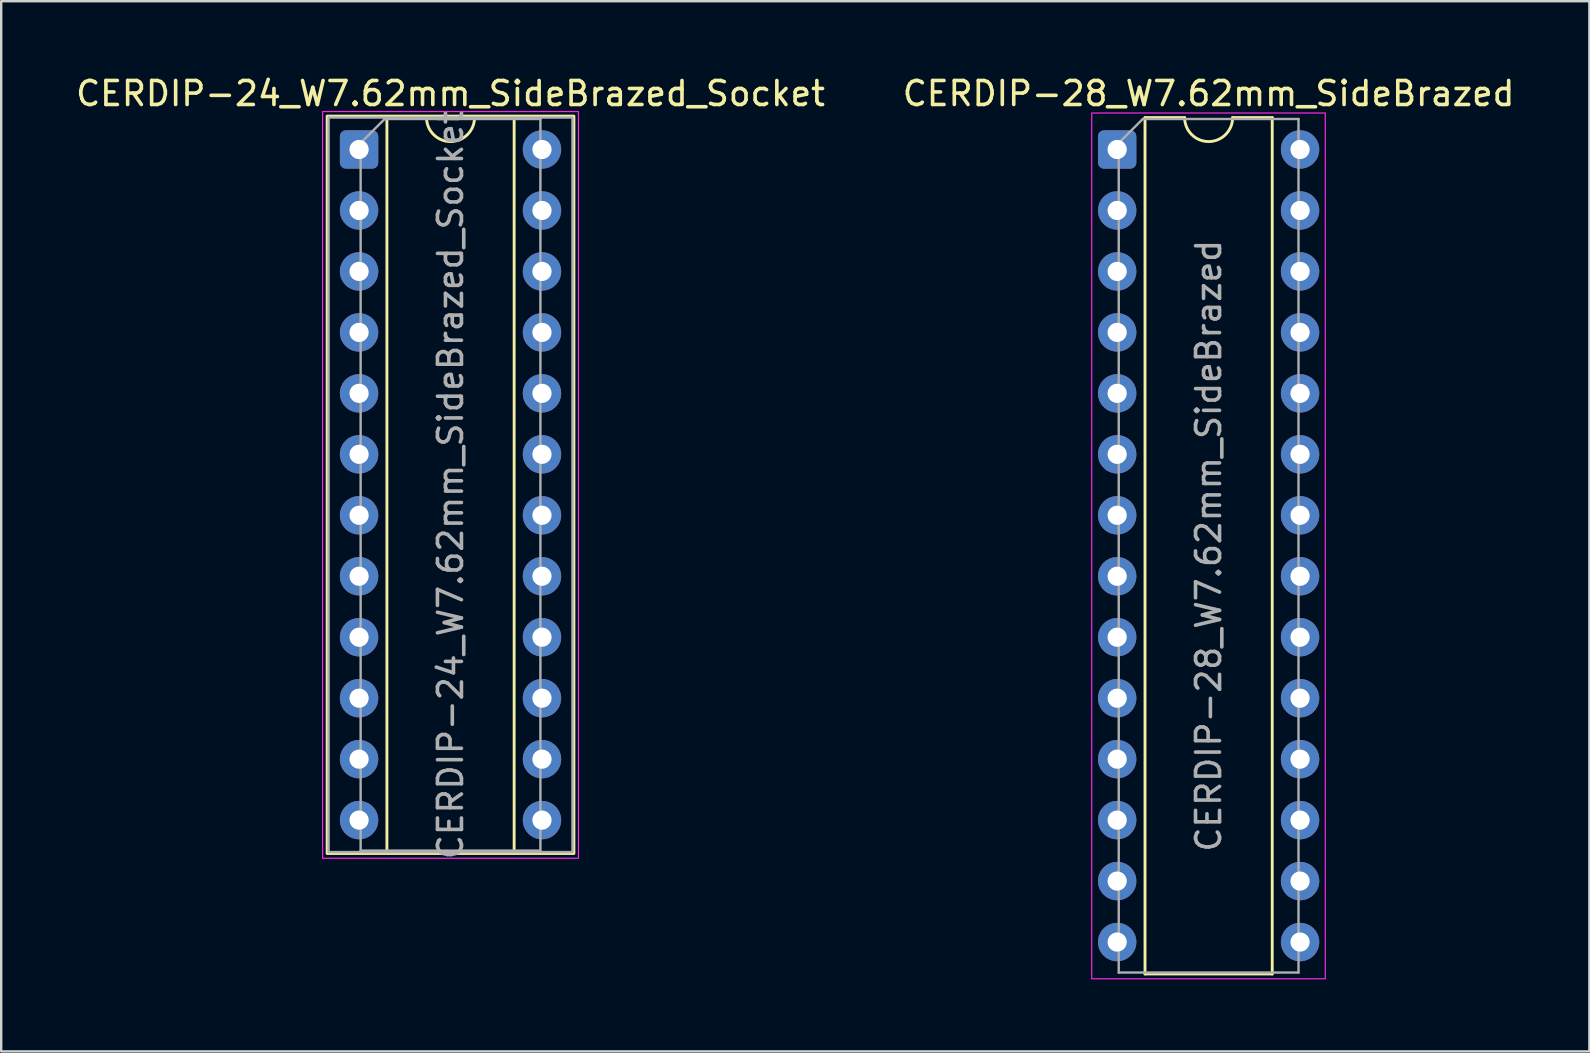
<source format=kicad_pcb>
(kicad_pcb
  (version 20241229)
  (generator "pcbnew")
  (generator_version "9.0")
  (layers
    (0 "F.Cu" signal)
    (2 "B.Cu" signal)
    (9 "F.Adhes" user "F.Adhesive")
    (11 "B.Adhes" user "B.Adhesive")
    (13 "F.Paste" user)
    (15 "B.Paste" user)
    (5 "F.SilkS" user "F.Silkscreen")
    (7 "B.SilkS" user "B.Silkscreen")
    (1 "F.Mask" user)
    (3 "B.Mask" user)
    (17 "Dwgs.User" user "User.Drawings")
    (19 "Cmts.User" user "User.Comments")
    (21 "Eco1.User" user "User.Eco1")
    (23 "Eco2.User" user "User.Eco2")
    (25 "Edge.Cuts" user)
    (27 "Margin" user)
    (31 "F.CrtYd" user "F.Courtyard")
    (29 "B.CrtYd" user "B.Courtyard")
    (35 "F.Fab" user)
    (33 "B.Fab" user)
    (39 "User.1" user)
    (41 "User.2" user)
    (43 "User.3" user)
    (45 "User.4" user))
  (footprint "CERDIP-28_W7.62mm_SideBrazed"
    (layer "F.Cu")
    (at 43.494 3.178)
    (property "Reference" "CERDIP-28_W7.62mm_SideBrazed" (at 3.81 -2.33 0) (layer "F.SilkS") (effects (font (size 1 1) (thickness 0.15))))
    (attr through_hole)
    (fp_line (start 1.16 -1.33) (end 1.16 34.35) (stroke (width 0.12) (type solid)) (layer "F.SilkS"))
    (fp_line (start 1.16 34.35) (end 6.46 34.35) (stroke (width 0.12) (type solid)) (layer "F.SilkS"))
    (fp_line (start 2.81 -1.33) (end 1.16 -1.33) (stroke (width 0.12) (type solid)) (layer "F.SilkS"))
    (fp_line (start 6.46 -1.33) (end 4.81 -1.33) (stroke (width 0.12) (type solid)) (layer "F.SilkS"))
    (fp_line (start 6.46 34.35) (end 6.46 -1.33) (stroke (width 0.12) (type solid)) (layer "F.SilkS"))
    (fp_arc (start 4.81 -1.33) (mid 3.81 -0.33) (end 2.81 -1.33) (stroke (width 0.12) (type solid)) (layer "F.SilkS"))
    (fp_rect (start -1.06 -1.52) (end 8.67 34.55) (stroke (width 0.05) (type solid)) (fill no) (layer "F.CrtYd"))
    (fp_line (start 0.065 -0.27) (end 1.065 -1.27) (stroke (width 0.1) (type solid)) (layer "F.Fab"))
    (fp_line (start 0.065 34.29) (end 0.065 -0.27) (stroke (width 0.1) (type solid)) (layer "F.Fab"))
    (fp_line (start 1.065 -1.27) (end 7.555 -1.27) (stroke (width 0.1) (type solid)) (layer "F.Fab"))
    (fp_line (start 7.555 -1.27) (end 7.555 34.29) (stroke (width 0.1) (type solid)) (layer "F.Fab"))
    (fp_line (start 7.555 34.29) (end 0.065 34.29) (stroke (width 0.1) (type solid)) (layer "F.Fab"))
    (fp_text user "${REFERENCE}" (at 3.81 16.51 90) (layer "F.Fab") (effects (font (size 1 1) (thickness 0.15))))
    (pad "1" thru_hole roundrect (at 0 0) (size 1.6 1.6) (drill 0.8) (layers "*.Cu" "*.Mask") (roundrect_rratio 0.156))
    (pad "2" thru_hole circle (at 0 2.54) (size 1.6 1.6) (drill 0.8) (layers "*.Cu" "*.Mask"))
    (pad "3" thru_hole circle (at 0 5.08) (size 1.6 1.6) (drill 0.8) (layers "*.Cu" "*.Mask"))
    (pad "4" thru_hole circle (at 0 7.62) (size 1.6 1.6) (drill 0.8) (layers "*.Cu" "*.Mask"))
    (pad "5" thru_hole circle (at 0 10.16) (size 1.6 1.6) (drill 0.8) (layers "*.Cu" "*.Mask"))
    (pad "6" thru_hole circle (at 0 12.7) (size 1.6 1.6) (drill 0.8) (layers "*.Cu" "*.Mask"))
    (pad "7" thru_hole circle (at 0 15.24) (size 1.6 1.6) (drill 0.8) (layers "*.Cu" "*.Mask"))
    (pad "8" thru_hole circle (at 0 17.78) (size 1.6 1.6) (drill 0.8) (layers "*.Cu" "*.Mask"))
    (pad "9" thru_hole circle (at 0 20.32) (size 1.6 1.6) (drill 0.8) (layers "*.Cu" "*.Mask"))
    (pad "10" thru_hole circle (at 0 22.86) (size 1.6 1.6) (drill 0.8) (layers "*.Cu" "*.Mask"))
    (pad "11" thru_hole circle (at 0 25.4) (size 1.6 1.6) (drill 0.8) (layers "*.Cu" "*.Mask"))
    (pad "12" thru_hole circle (at 0 27.94) (size 1.6 1.6) (drill 0.8) (layers "*.Cu" "*.Mask"))
    (pad "13" thru_hole circle (at 0 30.48) (size 1.6 1.6) (drill 0.8) (layers "*.Cu" "*.Mask"))
    (pad "14" thru_hole circle (at 0 33.02) (size 1.6 1.6) (drill 0.8) (layers "*.Cu" "*.Mask"))
    (pad "15" thru_hole circle (at 7.62 33.02) (size 1.6 1.6) (drill 0.8) (layers "*.Cu" "*.Mask"))
    (pad "16" thru_hole circle (at 7.62 30.48) (size 1.6 1.6) (drill 0.8) (layers "*.Cu" "*.Mask"))
    (pad "17" thru_hole circle (at 7.62 27.94) (size 1.6 1.6) (drill 0.8) (layers "*.Cu" "*.Mask"))
    (pad "18" thru_hole circle (at 7.62 25.4) (size 1.6 1.6) (drill 0.8) (layers "*.Cu" "*.Mask"))
    (pad "19" thru_hole circle (at 7.62 22.86) (size 1.6 1.6) (drill 0.8) (layers "*.Cu" "*.Mask"))
    (pad "20" thru_hole circle (at 7.62 20.32) (size 1.6 1.6) (drill 0.8) (layers "*.Cu" "*.Mask"))
    (pad "21" thru_hole circle (at 7.62 17.78) (size 1.6 1.6) (drill 0.8) (layers "*.Cu" "*.Mask"))
    (pad "22" thru_hole circle (at 7.62 15.24) (size 1.6 1.6) (drill 0.8) (layers "*.Cu" "*.Mask"))
    (pad "23" thru_hole circle (at 7.62 12.7) (size 1.6 1.6) (drill 0.8) (layers "*.Cu" "*.Mask"))
    (pad "24" thru_hole circle (at 7.62 10.16) (size 1.6 1.6) (drill 0.8) (layers "*.Cu" "*.Mask"))
    (pad "25" thru_hole circle (at 7.62 7.62) (size 1.6 1.6) (drill 0.8) (layers "*.Cu" "*.Mask"))
    (pad "26" thru_hole circle (at 7.62 5.08) (size 1.6 1.6) (drill 0.8) (layers "*.Cu" "*.Mask"))
    (pad "27" thru_hole circle (at 7.62 2.54) (size 1.6 1.6) (drill 0.8) (layers "*.Cu" "*.Mask"))
    (pad "28" thru_hole circle (at 7.62 0) (size 1.6 1.6) (drill 0.8) (layers "*.Cu" "*.Mask")))
  (footprint "CERDIP-24_W7.62mm_SideBrazed_Socket"
    (layer "F.Cu")
    (at 11.91 3.178)
    (property "Reference" "CERDIP-24_W7.62mm_SideBrazed_Socket" (at 3.81 -2.33 0) (layer "F.SilkS") (effects (font (size 1 1) (thickness 0.15))))
    (attr through_hole)
    (fp_line (start 1.16 -1.33) (end 1.16 29.27) (stroke (width 0.12) (type solid)) (layer "F.SilkS"))
    (fp_line (start 1.16 29.27) (end 6.46 29.27) (stroke (width 0.12) (type solid)) (layer "F.SilkS"))
    (fp_line (start 2.81 -1.33) (end 1.16 -1.33) (stroke (width 0.12) (type solid)) (layer "F.SilkS"))
    (fp_line (start 6.46 -1.33) (end 4.81 -1.33) (stroke (width 0.12) (type solid)) (layer "F.SilkS"))
    (fp_line (start 6.46 29.27) (end 6.46 -1.33) (stroke (width 0.12) (type solid)) (layer "F.SilkS"))
    (fp_rect (start -1.33 -1.39) (end 8.95 29.33) (stroke (width 0.12) (type solid)) (fill no) (layer "F.SilkS"))
    (fp_arc (start 4.81 -1.33) (mid 3.81 -0.33) (end 2.81 -1.33) (stroke (width 0.12) (type solid)) (layer "F.SilkS"))
    (fp_rect (start -1.52 -1.58) (end 9.14 29.53) (stroke (width 0.05) (type solid)) (fill no) (layer "F.CrtYd"))
    (fp_line (start 0.065 -0.27) (end 1.065 -1.27) (stroke (width 0.1) (type solid)) (layer "F.Fab"))
    (fp_line (start 0.065 29.21) (end 0.065 -0.27) (stroke (width 0.1) (type solid)) (layer "F.Fab"))
    (fp_line (start 1.065 -1.27) (end 7.555 -1.27) (stroke (width 0.1) (type solid)) (layer "F.Fab"))
    (fp_line (start 7.555 -1.27) (end 7.555 29.21) (stroke (width 0.1) (type solid)) (layer "F.Fab"))
    (fp_line (start 7.555 29.21) (end 0.065 29.21) (stroke (width 0.1) (type solid)) (layer "F.Fab"))
    (fp_rect (start -1.27 -1.33) (end 8.89 29.27) (stroke (width 0.1) (type solid)) (fill no) (layer "F.Fab"))
    (fp_text user "${REFERENCE}" (at 3.81 13.97 90) (layer "F.Fab") (effects (font (size 1 1) (thickness 0.15))))
    (pad "1" thru_hole roundrect (at 0 0) (size 1.6 1.6) (drill 0.8) (layers "*.Cu" "*.Mask") (roundrect_rratio 0.156))
    (pad "2" thru_hole circle (at 0 2.54) (size 1.6 1.6) (drill 0.8) (layers "*.Cu" "*.Mask"))
    (pad "3" thru_hole circle (at 0 5.08) (size 1.6 1.6) (drill 0.8) (layers "*.Cu" "*.Mask"))
    (pad "4" thru_hole circle (at 0 7.62) (size 1.6 1.6) (drill 0.8) (layers "*.Cu" "*.Mask"))
    (pad "5" thru_hole circle (at 0 10.16) (size 1.6 1.6) (drill 0.8) (layers "*.Cu" "*.Mask"))
    (pad "6" thru_hole circle (at 0 12.7) (size 1.6 1.6) (drill 0.8) (layers "*.Cu" "*.Mask"))
    (pad "7" thru_hole circle (at 0 15.24) (size 1.6 1.6) (drill 0.8) (layers "*.Cu" "*.Mask"))
    (pad "8" thru_hole circle (at 0 17.78) (size 1.6 1.6) (drill 0.8) (layers "*.Cu" "*.Mask"))
    (pad "9" thru_hole circle (at 0 20.32) (size 1.6 1.6) (drill 0.8) (layers "*.Cu" "*.Mask"))
    (pad "10" thru_hole circle (at 0 22.86) (size 1.6 1.6) (drill 0.8) (layers "*.Cu" "*.Mask"))
    (pad "11" thru_hole circle (at 0 25.4) (size 1.6 1.6) (drill 0.8) (layers "*.Cu" "*.Mask"))
    (pad "12" thru_hole circle (at 0 27.94) (size 1.6 1.6) (drill 0.8) (layers "*.Cu" "*.Mask"))
    (pad "13" thru_hole circle (at 7.62 27.94) (size 1.6 1.6) (drill 0.8) (layers "*.Cu" "*.Mask"))
    (pad "14" thru_hole circle (at 7.62 25.4) (size 1.6 1.6) (drill 0.8) (layers "*.Cu" "*.Mask"))
    (pad "15" thru_hole circle (at 7.62 22.86) (size 1.6 1.6) (drill 0.8) (layers "*.Cu" "*.Mask"))
    (pad "16" thru_hole circle (at 7.62 20.32) (size 1.6 1.6) (drill 0.8) (layers "*.Cu" "*.Mask"))
    (pad "17" thru_hole circle (at 7.62 17.78) (size 1.6 1.6) (drill 0.8) (layers "*.Cu" "*.Mask"))
    (pad "18" thru_hole circle (at 7.62 15.24) (size 1.6 1.6) (drill 0.8) (layers "*.Cu" "*.Mask"))
    (pad "19" thru_hole circle (at 7.62 12.7) (size 1.6 1.6) (drill 0.8) (layers "*.Cu" "*.Mask"))
    (pad "20" thru_hole circle (at 7.62 10.16) (size 1.6 1.6) (drill 0.8) (layers "*.Cu" "*.Mask"))
    (pad "21" thru_hole circle (at 7.62 7.62) (size 1.6 1.6) (drill 0.8) (layers "*.Cu" "*.Mask"))
    (pad "22" thru_hole circle (at 7.62 5.08) (size 1.6 1.6) (drill 0.8) (layers "*.Cu" "*.Mask"))
    (pad "23" thru_hole circle (at 7.62 2.54) (size 1.6 1.6) (drill 0.8) (layers "*.Cu" "*.Mask"))
    (pad "24" thru_hole circle (at 7.62 0) (size 1.6 1.6) (drill 0.8) (layers "*.Cu" "*.Mask")))
  (gr_rect
    (start -3 -3)
    (end 63.167 40.753)
    (stroke (width 0.1) (type default))
    (fill no)
    (layer "Edge.Cuts")))
</source>
